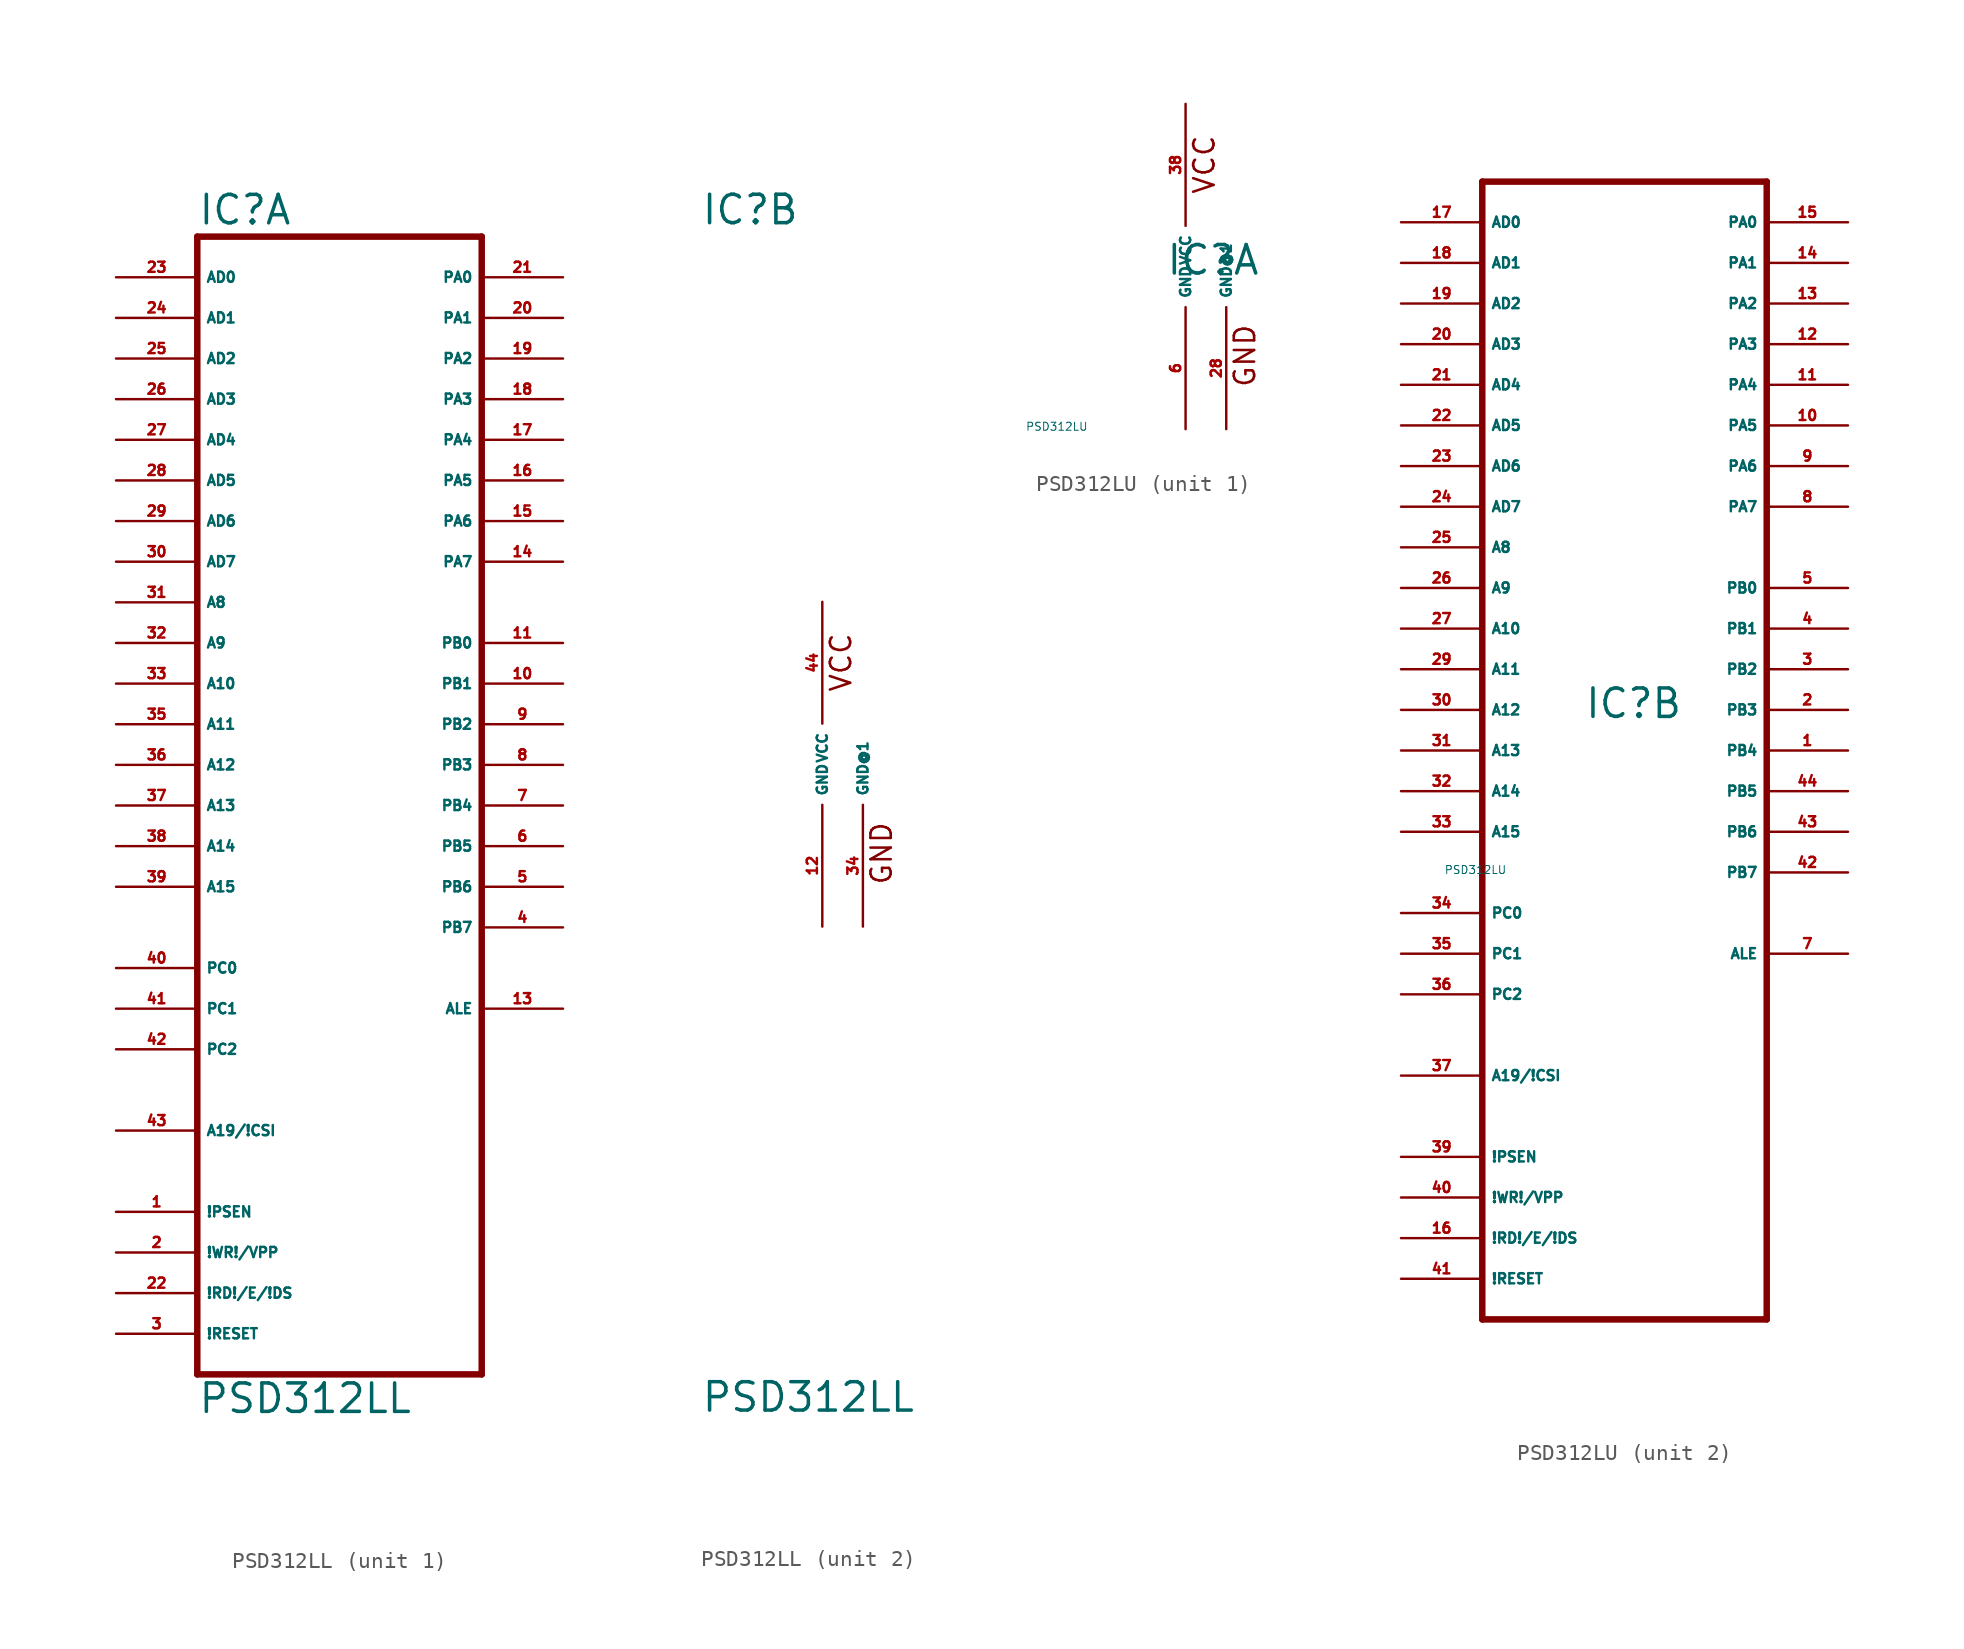
<source format=kicad_sym>
(kicad_symbol_lib
  (version 20220914)
  (generator Eagle2Kicad)
  (symbol "PSD312LL"
    (property "Reference" "IC"
      (at -7.62 33.655 0)
      (effects (font (size 1.778 1.778) (thickness 0.22)) (justify left bottom)))
    (property "Value" "PSD312LL"
      (at -7.62 -40.64 0)
      (effects (font (size 1.778 1.778) (thickness 0.22)) (justify left bottom)))
    (symbol "PSD312LL_1_0"
      (polyline (pts (xy -7.62 -38.1) (xy 10.16 -38.1)) (stroke (width 0.406) (type default)) (fill (type none)))
      (polyline (pts (xy 10.16 -38.1) (xy 10.16 33.02)) (stroke (width 0.406) (type default)) (fill (type none)))
      (polyline (pts (xy 10.16 33.02) (xy -7.62 33.02)) (stroke (width 0.406) (type default)) (fill (type none)))
      (polyline (pts (xy -7.62 33.02) (xy -7.62 -38.1)) (stroke (width 0.406) (type default)) (fill (type none)))
      (pin input line (at -12.7 30.48 0) (length 5.08) (name "AD0" (effects (font (size 0.635 0.635) (thickness 0.08)) (justify left bottom))) (number "23" (effects (font (size 0.635 0.635) (thickness 0.08)) (justify left bottom))))
      (pin input line (at -12.7 27.94 0) (length 5.08) (name "AD1" (effects (font (size 0.635 0.635) (thickness 0.08)) (justify left bottom))) (number "24" (effects (font (size 0.635 0.635) (thickness 0.08)) (justify left bottom))))
      (pin input line (at -12.7 25.4 0) (length 5.08) (name "AD2" (effects (font (size 0.635 0.635) (thickness 0.08)) (justify left bottom))) (number "25" (effects (font (size 0.635 0.635) (thickness 0.08)) (justify left bottom))))
      (pin input line (at -12.7 22.86 0) (length 5.08) (name "AD3" (effects (font (size 0.635 0.635) (thickness 0.08)) (justify left bottom))) (number "26" (effects (font (size 0.635 0.635) (thickness 0.08)) (justify left bottom))))
      (pin input line (at -12.7 20.32 0) (length 5.08) (name "AD4" (effects (font (size 0.635 0.635) (thickness 0.08)) (justify left bottom))) (number "27" (effects (font (size 0.635 0.635) (thickness 0.08)) (justify left bottom))))
      (pin input line (at -12.7 17.78 0) (length 5.08) (name "AD5" (effects (font (size 0.635 0.635) (thickness 0.08)) (justify left bottom))) (number "28" (effects (font (size 0.635 0.635) (thickness 0.08)) (justify left bottom))))
      (pin input line (at -12.7 15.24 0) (length 5.08) (name "AD6" (effects (font (size 0.635 0.635) (thickness 0.08)) (justify left bottom))) (number "29" (effects (font (size 0.635 0.635) (thickness 0.08)) (justify left bottom))))
      (pin input line (at -12.7 12.7 0) (length 5.08) (name "AD7" (effects (font (size 0.635 0.635) (thickness 0.08)) (justify left bottom))) (number "30" (effects (font (size 0.635 0.635) (thickness 0.08)) (justify left bottom))))
      (pin input line (at -12.7 10.16 0) (length 5.08) (name "A8" (effects (font (size 0.635 0.635) (thickness 0.08)) (justify left bottom))) (number "31" (effects (font (size 0.635 0.635) (thickness 0.08)) (justify left bottom))))
      (pin input line (at -12.7 7.62 0) (length 5.08) (name "A9" (effects (font (size 0.635 0.635) (thickness 0.08)) (justify left bottom))) (number "32" (effects (font (size 0.635 0.635) (thickness 0.08)) (justify left bottom))))
      (pin input line (at -12.7 5.08 0) (length 5.08) (name "A10" (effects (font (size 0.635 0.635) (thickness 0.08)) (justify left bottom))) (number "33" (effects (font (size 0.635 0.635) (thickness 0.08)) (justify left bottom))))
      (pin input line (at -12.7 2.54 0) (length 5.08) (name "A11" (effects (font (size 0.635 0.635) (thickness 0.08)) (justify left bottom))) (number "35" (effects (font (size 0.635 0.635) (thickness 0.08)) (justify left bottom))))
      (pin input line (at -12.7 0 0) (length 5.08) (name "A12" (effects (font (size 0.635 0.635) (thickness 0.08)) (justify left bottom))) (number "36" (effects (font (size 0.635 0.635) (thickness 0.08)) (justify left bottom))))
      (pin input line (at -12.7 -2.54 0) (length 5.08) (name "A13" (effects (font (size 0.635 0.635) (thickness 0.08)) (justify left bottom))) (number "37" (effects (font (size 0.635 0.635) (thickness 0.08)) (justify left bottom))))
      (pin input line (at -12.7 -5.08 0) (length 5.08) (name "A14" (effects (font (size 0.635 0.635) (thickness 0.08)) (justify left bottom))) (number "38" (effects (font (size 0.635 0.635) (thickness 0.08)) (justify left bottom))))
      (pin input line (at -12.7 -7.62 0) (length 5.08) (name "A15" (effects (font (size 0.635 0.635) (thickness 0.08)) (justify left bottom))) (number "39" (effects (font (size 0.635 0.635) (thickness 0.08)) (justify left bottom))))
      (pin input line (at -12.7 -12.7 0) (length 5.08) (name "PC0" (effects (font (size 0.635 0.635) (thickness 0.08)) (justify left bottom))) (number "40" (effects (font (size 0.635 0.635) (thickness 0.08)) (justify left bottom))))
      (pin input line (at -12.7 -15.24 0) (length 5.08) (name "PC1" (effects (font (size 0.635 0.635) (thickness 0.08)) (justify left bottom))) (number "41" (effects (font (size 0.635 0.635) (thickness 0.08)) (justify left bottom))))
      (pin input line (at -12.7 -17.78 0) (length 5.08) (name "PC2" (effects (font (size 0.635 0.635) (thickness 0.08)) (justify left bottom))) (number "42" (effects (font (size 0.635 0.635) (thickness 0.08)) (justify left bottom))))
      (pin input line (at -12.7 -22.86 0) (length 5.08) (name "A19/!CSI" (effects (font (size 0.635 0.635) (thickness 0.08)) (justify left bottom))) (number "43" (effects (font (size 0.635 0.635) (thickness 0.08)) (justify left bottom))))
      (pin bidirectional line (at 15.24 30.48 180) (length 5.08) (name "PA0" (effects (font (size 0.635 0.635) (thickness 0.08)) (justify left bottom))) (number "21" (effects (font (size 0.635 0.635) (thickness 0.08)) (justify left bottom))))
      (pin bidirectional line (at 15.24 27.94 180) (length 5.08) (name "PA1" (effects (font (size 0.635 0.635) (thickness 0.08)) (justify left bottom))) (number "20" (effects (font (size 0.635 0.635) (thickness 0.08)) (justify left bottom))))
      (pin bidirectional line (at 15.24 25.4 180) (length 5.08) (name "PA2" (effects (font (size 0.635 0.635) (thickness 0.08)) (justify left bottom))) (number "19" (effects (font (size 0.635 0.635) (thickness 0.08)) (justify left bottom))))
      (pin bidirectional line (at 15.24 22.86 180) (length 5.08) (name "PA3" (effects (font (size 0.635 0.635) (thickness 0.08)) (justify left bottom))) (number "18" (effects (font (size 0.635 0.635) (thickness 0.08)) (justify left bottom))))
      (pin bidirectional line (at 15.24 20.32 180) (length 5.08) (name "PA4" (effects (font (size 0.635 0.635) (thickness 0.08)) (justify left bottom))) (number "17" (effects (font (size 0.635 0.635) (thickness 0.08)) (justify left bottom))))
      (pin bidirectional line (at 15.24 17.78 180) (length 5.08) (name "PA5" (effects (font (size 0.635 0.635) (thickness 0.08)) (justify left bottom))) (number "16" (effects (font (size 0.635 0.635) (thickness 0.08)) (justify left bottom))))
      (pin bidirectional line (at 15.24 15.24 180) (length 5.08) (name "PA6" (effects (font (size 0.635 0.635) (thickness 0.08)) (justify left bottom))) (number "15" (effects (font (size 0.635 0.635) (thickness 0.08)) (justify left bottom))))
      (pin bidirectional line (at 15.24 12.7 180) (length 5.08) (name "PA7" (effects (font (size 0.635 0.635) (thickness 0.08)) (justify left bottom))) (number "14" (effects (font (size 0.635 0.635) (thickness 0.08)) (justify left bottom))))
      (pin output line (at 15.24 7.62 180) (length 5.08) (name "PB0" (effects (font (size 0.635 0.635) (thickness 0.08)) (justify left bottom))) (number "11" (effects (font (size 0.635 0.635) (thickness 0.08)) (justify left bottom))))
      (pin output line (at 15.24 5.08 180) (length 5.08) (name "PB1" (effects (font (size 0.635 0.635) (thickness 0.08)) (justify left bottom))) (number "10" (effects (font (size 0.635 0.635) (thickness 0.08)) (justify left bottom))))
      (pin output line (at 15.24 2.54 180) (length 5.08) (name "PB2" (effects (font (size 0.635 0.635) (thickness 0.08)) (justify left bottom))) (number "9" (effects (font (size 0.635 0.635) (thickness 0.08)) (justify left bottom))))
      (pin output line (at 15.24 0 180) (length 5.08) (name "PB3" (effects (font (size 0.635 0.635) (thickness 0.08)) (justify left bottom))) (number "8" (effects (font (size 0.635 0.635) (thickness 0.08)) (justify left bottom))))
      (pin output line (at 15.24 -2.54 180) (length 5.08) (name "PB4" (effects (font (size 0.635 0.635) (thickness 0.08)) (justify left bottom))) (number "7" (effects (font (size 0.635 0.635) (thickness 0.08)) (justify left bottom))))
      (pin output line (at 15.24 -5.08 180) (length 5.08) (name "PB5" (effects (font (size 0.635 0.635) (thickness 0.08)) (justify left bottom))) (number "6" (effects (font (size 0.635 0.635) (thickness 0.08)) (justify left bottom))))
      (pin output line (at 15.24 -7.62 180) (length 5.08) (name "PB6" (effects (font (size 0.635 0.635) (thickness 0.08)) (justify left bottom))) (number "5" (effects (font (size 0.635 0.635) (thickness 0.08)) (justify left bottom))))
      (pin output line (at 15.24 -10.16 180) (length 5.08) (name "PB7" (effects (font (size 0.635 0.635) (thickness 0.08)) (justify left bottom))) (number "4" (effects (font (size 0.635 0.635) (thickness 0.08)) (justify left bottom))))
      (pin output line (at 15.24 -15.24 180) (length 5.08) (name "ALE" (effects (font (size 0.635 0.635) (thickness 0.08)) (justify left bottom))) (number "13" (effects (font (size 0.635 0.635) (thickness 0.08)) (justify left bottom))))
      (pin input line (at -12.7 -27.94 0) (length 5.08) (name "!PSEN" (effects (font (size 0.635 0.635) (thickness 0.08)) (justify left bottom))) (number "1" (effects (font (size 0.635 0.635) (thickness 0.08)) (justify left bottom))))
      (pin input line (at -12.7 -30.48 0) (length 5.08) (name "!WR!/VPP" (effects (font (size 0.635 0.635) (thickness 0.08)) (justify left bottom))) (number "2" (effects (font (size 0.635 0.635) (thickness 0.08)) (justify left bottom))))
      (pin input line (at -12.7 -33.02 0) (length 5.08) (name "!RD!/E/!DS" (effects (font (size 0.635 0.635) (thickness 0.08)) (justify left bottom))) (number "22" (effects (font (size 0.635 0.635) (thickness 0.08)) (justify left bottom))))
      (pin input line (at -12.7 -35.56 0) (length 5.08) (name "!RESET" (effects (font (size 0.635 0.635) (thickness 0.08)) (justify left bottom))) (number "3" (effects (font (size 0.635 0.635) (thickness 0.08)) (justify left bottom)))))
    (symbol "PSD312LL_2_0"
      (text "VCC" (at 1.905 4.445 900) (effects (font (size 1.27 1.27) (thickness 0.16)) (justify left bottom)))
      (text "GND" (at 4.445 -7.62 900) (effects (font (size 1.27 1.27) (thickness 0.16)) (justify left bottom)))
      (pin unspecified line (at 0 10.16 270) (length 7.62) (name "VCC" (effects (font (size 0.635 0.635) (thickness 0.08)) (justify left bottom))) (number "44" (effects (font (size 0.635 0.635) (thickness 0.08)) (justify left bottom))))
      (pin unspecified line (at 0 -10.16 90) (length 7.62) (name "GND" (effects (font (size 0.635 0.635) (thickness 0.08)) (justify left bottom))) (number "12" (effects (font (size 0.635 0.635) (thickness 0.08)) (justify left bottom))))
      (pin unspecified line (at 2.54 -10.16 90) (length 7.62) (name "GND@1" (effects (font (size 0.635 0.635) (thickness 0.08)) (justify left bottom))) (number "34" (effects (font (size 0.635 0.635) (thickness 0.08)) (justify left bottom))))))
  (symbol "PSD312LU"
    (property "Reference" "IC"
      (at -1.27 -0.635 0)
      (effects (font (size 1.778 1.778) (thickness 0.22)) (justify left bottom)))
    (property "Value" "PSD312LU"
      (at -10 -10 0)
      (effects (font (size 0.5 0.5) (thickness 0.06)) (justify left)))
    (symbol "PSD312LU_1_0"
      (text "VCC" (at 1.905 4.445 900) (effects (font (size 1.27 1.27) (thickness 0.16)) (justify left bottom)))
      (text "GND" (at 4.445 -7.62 900) (effects (font (size 1.27 1.27) (thickness 0.16)) (justify left bottom)))
      (pin unspecified line (at 0 10.16 270) (length 7.62) (name "VCC" (effects (font (size 0.635 0.635) (thickness 0.08)) (justify left bottom))) (number "38" (effects (font (size 0.635 0.635) (thickness 0.08)) (justify left bottom))))
      (pin unspecified line (at 0 -10.16 90) (length 7.62) (name "GND" (effects (font (size 0.635 0.635) (thickness 0.08)) (justify left bottom))) (number "6" (effects (font (size 0.635 0.635) (thickness 0.08)) (justify left bottom))))
      (pin unspecified line (at 2.54 -10.16 90) (length 7.62) (name "GND@1" (effects (font (size 0.635 0.635) (thickness 0.08)) (justify left bottom))) (number "28" (effects (font (size 0.635 0.635) (thickness 0.08)) (justify left bottom)))))
    (symbol "PSD312LU_2_0"
      (polyline (pts (xy -7.62 -38.1) (xy 10.16 -38.1)) (stroke (width 0.406) (type default)) (fill (type none)))
      (polyline (pts (xy 10.16 -38.1) (xy 10.16 33.02)) (stroke (width 0.406) (type default)) (fill (type none)))
      (polyline (pts (xy 10.16 33.02) (xy -7.62 33.02)) (stroke (width 0.406) (type default)) (fill (type none)))
      (polyline (pts (xy -7.62 33.02) (xy -7.62 -38.1)) (stroke (width 0.406) (type default)) (fill (type none)))
      (pin input line (at -12.7 30.48 0) (length 5.08) (name "AD0" (effects (font (size 0.635 0.635) (thickness 0.08)) (justify left bottom))) (number "17" (effects (font (size 0.635 0.635) (thickness 0.08)) (justify left bottom))))
      (pin input line (at -12.7 27.94 0) (length 5.08) (name "AD1" (effects (font (size 0.635 0.635) (thickness 0.08)) (justify left bottom))) (number "18" (effects (font (size 0.635 0.635) (thickness 0.08)) (justify left bottom))))
      (pin input line (at -12.7 25.4 0) (length 5.08) (name "AD2" (effects (font (size 0.635 0.635) (thickness 0.08)) (justify left bottom))) (number "19" (effects (font (size 0.635 0.635) (thickness 0.08)) (justify left bottom))))
      (pin input line (at -12.7 22.86 0) (length 5.08) (name "AD3" (effects (font (size 0.635 0.635) (thickness 0.08)) (justify left bottom))) (number "20" (effects (font (size 0.635 0.635) (thickness 0.08)) (justify left bottom))))
      (pin input line (at -12.7 20.32 0) (length 5.08) (name "AD4" (effects (font (size 0.635 0.635) (thickness 0.08)) (justify left bottom))) (number "21" (effects (font (size 0.635 0.635) (thickness 0.08)) (justify left bottom))))
      (pin input line (at -12.7 17.78 0) (length 5.08) (name "AD5" (effects (font (size 0.635 0.635) (thickness 0.08)) (justify left bottom))) (number "22" (effects (font (size 0.635 0.635) (thickness 0.08)) (justify left bottom))))
      (pin input line (at -12.7 15.24 0) (length 5.08) (name "AD6" (effects (font (size 0.635 0.635) (thickness 0.08)) (justify left bottom))) (number "23" (effects (font (size 0.635 0.635) (thickness 0.08)) (justify left bottom))))
      (pin input line (at -12.7 12.7 0) (length 5.08) (name "AD7" (effects (font (size 0.635 0.635) (thickness 0.08)) (justify left bottom))) (number "24" (effects (font (size 0.635 0.635) (thickness 0.08)) (justify left bottom))))
      (pin input line (at -12.7 10.16 0) (length 5.08) (name "A8" (effects (font (size 0.635 0.635) (thickness 0.08)) (justify left bottom))) (number "25" (effects (font (size 0.635 0.635) (thickness 0.08)) (justify left bottom))))
      (pin input line (at -12.7 7.62 0) (length 5.08) (name "A9" (effects (font (size 0.635 0.635) (thickness 0.08)) (justify left bottom))) (number "26" (effects (font (size 0.635 0.635) (thickness 0.08)) (justify left bottom))))
      (pin input line (at -12.7 5.08 0) (length 5.08) (name "A10" (effects (font (size 0.635 0.635) (thickness 0.08)) (justify left bottom))) (number "27" (effects (font (size 0.635 0.635) (thickness 0.08)) (justify left bottom))))
      (pin input line (at -12.7 2.54 0) (length 5.08) (name "A11" (effects (font (size 0.635 0.635) (thickness 0.08)) (justify left bottom))) (number "29" (effects (font (size 0.635 0.635) (thickness 0.08)) (justify left bottom))))
      (pin input line (at -12.7 0 0) (length 5.08) (name "A12" (effects (font (size 0.635 0.635) (thickness 0.08)) (justify left bottom))) (number "30" (effects (font (size 0.635 0.635) (thickness 0.08)) (justify left bottom))))
      (pin input line (at -12.7 -2.54 0) (length 5.08) (name "A13" (effects (font (size 0.635 0.635) (thickness 0.08)) (justify left bottom))) (number "31" (effects (font (size 0.635 0.635) (thickness 0.08)) (justify left bottom))))
      (pin input line (at -12.7 -5.08 0) (length 5.08) (name "A14" (effects (font (size 0.635 0.635) (thickness 0.08)) (justify left bottom))) (number "32" (effects (font (size 0.635 0.635) (thickness 0.08)) (justify left bottom))))
      (pin input line (at -12.7 -7.62 0) (length 5.08) (name "A15" (effects (font (size 0.635 0.635) (thickness 0.08)) (justify left bottom))) (number "33" (effects (font (size 0.635 0.635) (thickness 0.08)) (justify left bottom))))
      (pin input line (at -12.7 -12.7 0) (length 5.08) (name "PC0" (effects (font (size 0.635 0.635) (thickness 0.08)) (justify left bottom))) (number "34" (effects (font (size 0.635 0.635) (thickness 0.08)) (justify left bottom))))
      (pin input line (at -12.7 -15.24 0) (length 5.08) (name "PC1" (effects (font (size 0.635 0.635) (thickness 0.08)) (justify left bottom))) (number "35" (effects (font (size 0.635 0.635) (thickness 0.08)) (justify left bottom))))
      (pin input line (at -12.7 -17.78 0) (length 5.08) (name "PC2" (effects (font (size 0.635 0.635) (thickness 0.08)) (justify left bottom))) (number "36" (effects (font (size 0.635 0.635) (thickness 0.08)) (justify left bottom))))
      (pin input line (at -12.7 -22.86 0) (length 5.08) (name "A19/!CSI" (effects (font (size 0.635 0.635) (thickness 0.08)) (justify left bottom))) (number "37" (effects (font (size 0.635 0.635) (thickness 0.08)) (justify left bottom))))
      (pin bidirectional line (at 15.24 30.48 180) (length 5.08) (name "PA0" (effects (font (size 0.635 0.635) (thickness 0.08)) (justify left bottom))) (number "15" (effects (font (size 0.635 0.635) (thickness 0.08)) (justify left bottom))))
      (pin bidirectional line (at 15.24 27.94 180) (length 5.08) (name "PA1" (effects (font (size 0.635 0.635) (thickness 0.08)) (justify left bottom))) (number "14" (effects (font (size 0.635 0.635) (thickness 0.08)) (justify left bottom))))
      (pin bidirectional line (at 15.24 25.4 180) (length 5.08) (name "PA2" (effects (font (size 0.635 0.635) (thickness 0.08)) (justify left bottom))) (number "13" (effects (font (size 0.635 0.635) (thickness 0.08)) (justify left bottom))))
      (pin bidirectional line (at 15.24 22.86 180) (length 5.08) (name "PA3" (effects (font (size 0.635 0.635) (thickness 0.08)) (justify left bottom))) (number "12" (effects (font (size 0.635 0.635) (thickness 0.08)) (justify left bottom))))
      (pin bidirectional line (at 15.24 20.32 180) (length 5.08) (name "PA4" (effects (font (size 0.635 0.635) (thickness 0.08)) (justify left bottom))) (number "11" (effects (font (size 0.635 0.635) (thickness 0.08)) (justify left bottom))))
      (pin bidirectional line (at 15.24 17.78 180) (length 5.08) (name "PA5" (effects (font (size 0.635 0.635) (thickness 0.08)) (justify left bottom))) (number "10" (effects (font (size 0.635 0.635) (thickness 0.08)) (justify left bottom))))
      (pin bidirectional line (at 15.24 15.24 180) (length 5.08) (name "PA6" (effects (font (size 0.635 0.635) (thickness 0.08)) (justify left bottom))) (number "9" (effects (font (size 0.635 0.635) (thickness 0.08)) (justify left bottom))))
      (pin bidirectional line (at 15.24 12.7 180) (length 5.08) (name "PA7" (effects (font (size 0.635 0.635) (thickness 0.08)) (justify left bottom))) (number "8" (effects (font (size 0.635 0.635) (thickness 0.08)) (justify left bottom))))
      (pin output line (at 15.24 7.62 180) (length 5.08) (name "PB0" (effects (font (size 0.635 0.635) (thickness 0.08)) (justify left bottom))) (number "5" (effects (font (size 0.635 0.635) (thickness 0.08)) (justify left bottom))))
      (pin output line (at 15.24 5.08 180) (length 5.08) (name "PB1" (effects (font (size 0.635 0.635) (thickness 0.08)) (justify left bottom))) (number "4" (effects (font (size 0.635 0.635) (thickness 0.08)) (justify left bottom))))
      (pin output line (at 15.24 2.54 180) (length 5.08) (name "PB2" (effects (font (size 0.635 0.635) (thickness 0.08)) (justify left bottom))) (number "3" (effects (font (size 0.635 0.635) (thickness 0.08)) (justify left bottom))))
      (pin output line (at 15.24 0 180) (length 5.08) (name "PB3" (effects (font (size 0.635 0.635) (thickness 0.08)) (justify left bottom))) (number "2" (effects (font (size 0.635 0.635) (thickness 0.08)) (justify left bottom))))
      (pin output line (at 15.24 -2.54 180) (length 5.08) (name "PB4" (effects (font (size 0.635 0.635) (thickness 0.08)) (justify left bottom))) (number "1" (effects (font (size 0.635 0.635) (thickness 0.08)) (justify left bottom))))
      (pin output line (at 15.24 -5.08 180) (length 5.08) (name "PB5" (effects (font (size 0.635 0.635) (thickness 0.08)) (justify left bottom))) (number "44" (effects (font (size 0.635 0.635) (thickness 0.08)) (justify left bottom))))
      (pin output line (at 15.24 -7.62 180) (length 5.08) (name "PB6" (effects (font (size 0.635 0.635) (thickness 0.08)) (justify left bottom))) (number "43" (effects (font (size 0.635 0.635) (thickness 0.08)) (justify left bottom))))
      (pin output line (at 15.24 -10.16 180) (length 5.08) (name "PB7" (effects (font (size 0.635 0.635) (thickness 0.08)) (justify left bottom))) (number "42" (effects (font (size 0.635 0.635) (thickness 0.08)) (justify left bottom))))
      (pin output line (at 15.24 -15.24 180) (length 5.08) (name "ALE" (effects (font (size 0.635 0.635) (thickness 0.08)) (justify left bottom))) (number "7" (effects (font (size 0.635 0.635) (thickness 0.08)) (justify left bottom))))
      (pin input line (at -12.7 -27.94 0) (length 5.08) (name "!PSEN" (effects (font (size 0.635 0.635) (thickness 0.08)) (justify left bottom))) (number "39" (effects (font (size 0.635 0.635) (thickness 0.08)) (justify left bottom))))
      (pin input line (at -12.7 -30.48 0) (length 5.08) (name "!WR!/VPP" (effects (font (size 0.635 0.635) (thickness 0.08)) (justify left bottom))) (number "40" (effects (font (size 0.635 0.635) (thickness 0.08)) (justify left bottom))))
      (pin input line (at -12.7 -33.02 0) (length 5.08) (name "!RD!/E/!DS" (effects (font (size 0.635 0.635) (thickness 0.08)) (justify left bottom))) (number "16" (effects (font (size 0.635 0.635) (thickness 0.08)) (justify left bottom))))
      (pin input line (at -12.7 -35.56 0) (length 5.08) (name "!RESET" (effects (font (size 0.635 0.635) (thickness 0.08)) (justify left bottom))) (number "41" (effects (font (size 0.635 0.635) (thickness 0.08)) (justify left bottom)))))))
</source>
